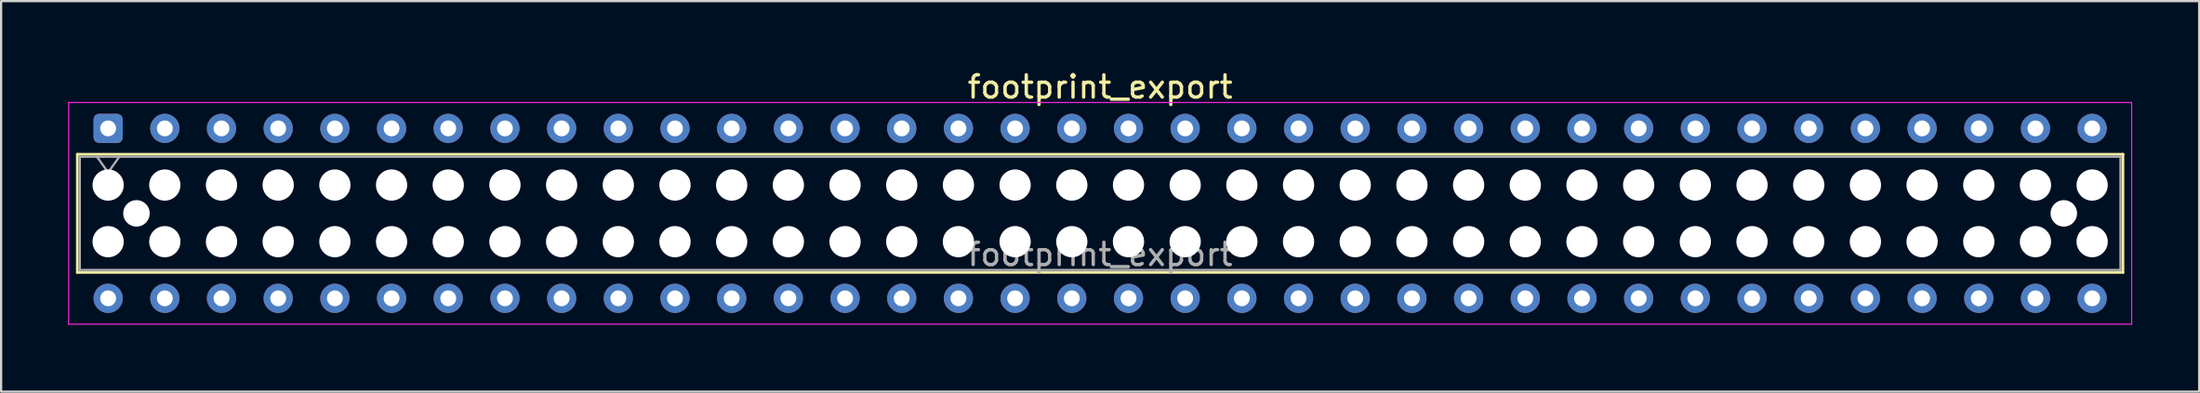
<source format=kicad_pcb>
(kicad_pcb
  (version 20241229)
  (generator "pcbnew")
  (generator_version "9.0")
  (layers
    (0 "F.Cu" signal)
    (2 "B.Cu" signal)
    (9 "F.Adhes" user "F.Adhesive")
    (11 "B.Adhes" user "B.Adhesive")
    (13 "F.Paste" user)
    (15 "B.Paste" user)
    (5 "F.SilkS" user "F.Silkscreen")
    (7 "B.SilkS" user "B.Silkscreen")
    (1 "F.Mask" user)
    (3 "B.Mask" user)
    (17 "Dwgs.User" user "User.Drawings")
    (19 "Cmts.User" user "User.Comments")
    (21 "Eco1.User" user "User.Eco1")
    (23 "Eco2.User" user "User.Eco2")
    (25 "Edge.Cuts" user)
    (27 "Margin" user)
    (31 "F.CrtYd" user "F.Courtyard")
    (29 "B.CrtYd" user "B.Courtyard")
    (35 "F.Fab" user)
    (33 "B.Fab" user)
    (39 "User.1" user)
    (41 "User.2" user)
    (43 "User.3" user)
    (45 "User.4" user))
  (footprint "footprint_export"
    (layer "F.Cu")
    (at 1.795 2.708)
    (property "Reference" "footprint_export" (at 44.45 -1.86 0) (layer "F.SilkS") (effects (font (size 1 1) (thickness 0.15))))
    (attr through_hole)
    (fp_line (start -1.38 1.16) (end 90.28 1.16) (stroke (width 0.12) (type solid)) (layer "F.SilkS"))
    (fp_line (start -1.38 6.46) (end -1.38 1.16) (stroke (width 0.12) (type solid)) (layer "F.SilkS"))
    (fp_line (start 90.28 1.16) (end 90.28 6.46) (stroke (width 0.12) (type solid)) (layer "F.SilkS"))
    (fp_line (start 90.28 6.46) (end -1.38 6.46) (stroke (width 0.12) (type solid)) (layer "F.SilkS"))
    (fp_line (start -1.77 -1.16) (end 90.67 -1.16) (stroke (width 0.05) (type solid)) (layer "F.CrtYd"))
    (fp_line (start -1.77 8.78) (end -1.77 -1.16) (stroke (width 0.05) (type solid)) (layer "F.CrtYd"))
    (fp_line (start 90.67 -1.16) (end 90.67 8.78) (stroke (width 0.05) (type solid)) (layer "F.CrtYd"))
    (fp_line (start 90.67 8.78) (end -1.77 8.78) (stroke (width 0.05) (type solid)) (layer "F.CrtYd"))
    (fp_line (start -1.27 1.27) (end 90.17 1.27) (stroke (width 0.1) (type solid)) (layer "F.Fab"))
    (fp_line (start -1.27 6.35) (end -1.27 1.27) (stroke (width 0.1) (type solid)) (layer "F.Fab"))
    (fp_line (start -0.5 1.27) (end 0 1.977) (stroke (width 0.1) (type solid)) (layer "F.Fab"))
    (fp_line (start 0 1.977) (end 0.5 1.27) (stroke (width 0.1) (type solid)) (layer "F.Fab"))
    (fp_line (start 90.17 1.27) (end 90.17 6.35) (stroke (width 0.1) (type solid)) (layer "F.Fab"))
    (fp_line (start 90.17 6.35) (end -1.27 6.35) (stroke (width 0.1) (type solid)) (layer "F.Fab"))
    (fp_text user "${REFERENCE}" (at 44.45 5.65 0) (layer "F.Fab") (effects (font (size 1 1) (thickness 0.15))))
    (pad "" np_thru_hole circle (at 0 2.54) (size 1.4 1.4) (drill 1.4) (layers "*.Cu" "*.Mask"))
    (pad "" np_thru_hole circle (at 0 5.08) (size 1.4 1.4) (drill 1.4) (layers "*.Cu" "*.Mask"))
    (pad "" np_thru_hole circle (at 1.27 3.81) (size 1.19 1.19) (drill 1.19) (layers "*.Cu" "*.Mask"))
    (pad "" np_thru_hole circle (at 2.54 2.54) (size 1.4 1.4) (drill 1.4) (layers "*.Cu" "*.Mask"))
    (pad "" np_thru_hole circle (at 2.54 5.08) (size 1.4 1.4) (drill 1.4) (layers "*.Cu" "*.Mask"))
    (pad "" np_thru_hole circle (at 5.08 2.54) (size 1.4 1.4) (drill 1.4) (layers "*.Cu" "*.Mask"))
    (pad "" np_thru_hole circle (at 5.08 5.08) (size 1.4 1.4) (drill 1.4) (layers "*.Cu" "*.Mask"))
    (pad "" np_thru_hole circle (at 7.62 2.54) (size 1.4 1.4) (drill 1.4) (layers "*.Cu" "*.Mask"))
    (pad "" np_thru_hole circle (at 7.62 5.08) (size 1.4 1.4) (drill 1.4) (layers "*.Cu" "*.Mask"))
    (pad "" np_thru_hole circle (at 10.16 2.54) (size 1.4 1.4) (drill 1.4) (layers "*.Cu" "*.Mask"))
    (pad "" np_thru_hole circle (at 10.16 5.08) (size 1.4 1.4) (drill 1.4) (layers "*.Cu" "*.Mask"))
    (pad "" np_thru_hole circle (at 12.7 2.54) (size 1.4 1.4) (drill 1.4) (layers "*.Cu" "*.Mask"))
    (pad "" np_thru_hole circle (at 12.7 5.08) (size 1.4 1.4) (drill 1.4) (layers "*.Cu" "*.Mask"))
    (pad "" np_thru_hole circle (at 15.24 2.54) (size 1.4 1.4) (drill 1.4) (layers "*.Cu" "*.Mask"))
    (pad "" np_thru_hole circle (at 15.24 5.08) (size 1.4 1.4) (drill 1.4) (layers "*.Cu" "*.Mask"))
    (pad "" np_thru_hole circle (at 17.78 2.54) (size 1.4 1.4) (drill 1.4) (layers "*.Cu" "*.Mask"))
    (pad "" np_thru_hole circle (at 17.78 5.08) (size 1.4 1.4) (drill 1.4) (layers "*.Cu" "*.Mask"))
    (pad "" np_thru_hole circle (at 20.32 2.54) (size 1.4 1.4) (drill 1.4) (layers "*.Cu" "*.Mask"))
    (pad "" np_thru_hole circle (at 20.32 5.08) (size 1.4 1.4) (drill 1.4) (layers "*.Cu" "*.Mask"))
    (pad "" np_thru_hole circle (at 22.86 2.54) (size 1.4 1.4) (drill 1.4) (layers "*.Cu" "*.Mask"))
    (pad "" np_thru_hole circle (at 22.86 5.08) (size 1.4 1.4) (drill 1.4) (layers "*.Cu" "*.Mask"))
    (pad "" np_thru_hole circle (at 25.4 2.54) (size 1.4 1.4) (drill 1.4) (layers "*.Cu" "*.Mask"))
    (pad "" np_thru_hole circle (at 25.4 5.08) (size 1.4 1.4) (drill 1.4) (layers "*.Cu" "*.Mask"))
    (pad "" np_thru_hole circle (at 27.94 2.54) (size 1.4 1.4) (drill 1.4) (layers "*.Cu" "*.Mask"))
    (pad "" np_thru_hole circle (at 27.94 5.08) (size 1.4 1.4) (drill 1.4) (layers "*.Cu" "*.Mask"))
    (pad "" np_thru_hole circle (at 30.48 2.54) (size 1.4 1.4) (drill 1.4) (layers "*.Cu" "*.Mask"))
    (pad "" np_thru_hole circle (at 30.48 5.08) (size 1.4 1.4) (drill 1.4) (layers "*.Cu" "*.Mask"))
    (pad "" np_thru_hole circle (at 33.02 2.54) (size 1.4 1.4) (drill 1.4) (layers "*.Cu" "*.Mask"))
    (pad "" np_thru_hole circle (at 33.02 5.08) (size 1.4 1.4) (drill 1.4) (layers "*.Cu" "*.Mask"))
    (pad "" np_thru_hole circle (at 35.56 2.54) (size 1.4 1.4) (drill 1.4) (layers "*.Cu" "*.Mask"))
    (pad "" np_thru_hole circle (at 35.56 5.08) (size 1.4 1.4) (drill 1.4) (layers "*.Cu" "*.Mask"))
    (pad "" np_thru_hole circle (at 38.1 2.54) (size 1.4 1.4) (drill 1.4) (layers "*.Cu" "*.Mask"))
    (pad "" np_thru_hole circle (at 38.1 5.08) (size 1.4 1.4) (drill 1.4) (layers "*.Cu" "*.Mask"))
    (pad "" np_thru_hole circle (at 40.64 2.54) (size 1.4 1.4) (drill 1.4) (layers "*.Cu" "*.Mask"))
    (pad "" np_thru_hole circle (at 40.64 5.08) (size 1.4 1.4) (drill 1.4) (layers "*.Cu" "*.Mask"))
    (pad "" np_thru_hole circle (at 43.18 2.54) (size 1.4 1.4) (drill 1.4) (layers "*.Cu" "*.Mask"))
    (pad "" np_thru_hole circle (at 43.18 5.08) (size 1.4 1.4) (drill 1.4) (layers "*.Cu" "*.Mask"))
    (pad "" np_thru_hole circle (at 45.72 2.54) (size 1.4 1.4) (drill 1.4) (layers "*.Cu" "*.Mask"))
    (pad "" np_thru_hole circle (at 45.72 5.08) (size 1.4 1.4) (drill 1.4) (layers "*.Cu" "*.Mask"))
    (pad "" np_thru_hole circle (at 48.26 2.54) (size 1.4 1.4) (drill 1.4) (layers "*.Cu" "*.Mask"))
    (pad "" np_thru_hole circle (at 48.26 5.08) (size 1.4 1.4) (drill 1.4) (layers "*.Cu" "*.Mask"))
    (pad "" np_thru_hole circle (at 50.8 2.54) (size 1.4 1.4) (drill 1.4) (layers "*.Cu" "*.Mask"))
    (pad "" np_thru_hole circle (at 50.8 5.08) (size 1.4 1.4) (drill 1.4) (layers "*.Cu" "*.Mask"))
    (pad "" np_thru_hole circle (at 53.34 2.54) (size 1.4 1.4) (drill 1.4) (layers "*.Cu" "*.Mask"))
    (pad "" np_thru_hole circle (at 53.34 5.08) (size 1.4 1.4) (drill 1.4) (layers "*.Cu" "*.Mask"))
    (pad "" np_thru_hole circle (at 55.88 2.54) (size 1.4 1.4) (drill 1.4) (layers "*.Cu" "*.Mask"))
    (pad "" np_thru_hole circle (at 55.88 5.08) (size 1.4 1.4) (drill 1.4) (layers "*.Cu" "*.Mask"))
    (pad "" np_thru_hole circle (at 58.42 2.54) (size 1.4 1.4) (drill 1.4) (layers "*.Cu" "*.Mask"))
    (pad "" np_thru_hole circle (at 58.42 5.08) (size 1.4 1.4) (drill 1.4) (layers "*.Cu" "*.Mask"))
    (pad "" np_thru_hole circle (at 60.96 2.54) (size 1.4 1.4) (drill 1.4) (layers "*.Cu" "*.Mask"))
    (pad "" np_thru_hole circle (at 60.96 5.08) (size 1.4 1.4) (drill 1.4) (layers "*.Cu" "*.Mask"))
    (pad "" np_thru_hole circle (at 63.5 2.54) (size 1.4 1.4) (drill 1.4) (layers "*.Cu" "*.Mask"))
    (pad "" np_thru_hole circle (at 63.5 5.08) (size 1.4 1.4) (drill 1.4) (layers "*.Cu" "*.Mask"))
    (pad "" np_thru_hole circle (at 66.04 2.54) (size 1.4 1.4) (drill 1.4) (layers "*.Cu" "*.Mask"))
    (pad "" np_thru_hole circle (at 66.04 5.08) (size 1.4 1.4) (drill 1.4) (layers "*.Cu" "*.Mask"))
    (pad "" np_thru_hole circle (at 68.58 2.54) (size 1.4 1.4) (drill 1.4) (layers "*.Cu" "*.Mask"))
    (pad "" np_thru_hole circle (at 68.58 5.08) (size 1.4 1.4) (drill 1.4) (layers "*.Cu" "*.Mask"))
    (pad "" np_thru_hole circle (at 71.12 2.54) (size 1.4 1.4) (drill 1.4) (layers "*.Cu" "*.Mask"))
    (pad "" np_thru_hole circle (at 71.12 5.08) (size 1.4 1.4) (drill 1.4) (layers "*.Cu" "*.Mask"))
    (pad "" np_thru_hole circle (at 73.66 2.54) (size 1.4 1.4) (drill 1.4) (layers "*.Cu" "*.Mask"))
    (pad "" np_thru_hole circle (at 73.66 5.08) (size 1.4 1.4) (drill 1.4) (layers "*.Cu" "*.Mask"))
    (pad "" np_thru_hole circle (at 76.2 2.54) (size 1.4 1.4) (drill 1.4) (layers "*.Cu" "*.Mask"))
    (pad "" np_thru_hole circle (at 76.2 5.08) (size 1.4 1.4) (drill 1.4) (layers "*.Cu" "*.Mask"))
    (pad "" np_thru_hole circle (at 78.74 2.54) (size 1.4 1.4) (drill 1.4) (layers "*.Cu" "*.Mask"))
    (pad "" np_thru_hole circle (at 78.74 5.08) (size 1.4 1.4) (drill 1.4) (layers "*.Cu" "*.Mask"))
    (pad "" np_thru_hole circle (at 81.28 2.54) (size 1.4 1.4) (drill 1.4) (layers "*.Cu" "*.Mask"))
    (pad "" np_thru_hole circle (at 81.28 5.08) (size 1.4 1.4) (drill 1.4) (layers "*.Cu" "*.Mask"))
    (pad "" np_thru_hole circle (at 83.82 2.54) (size 1.4 1.4) (drill 1.4) (layers "*.Cu" "*.Mask"))
    (pad "" np_thru_hole circle (at 83.82 5.08) (size 1.4 1.4) (drill 1.4) (layers "*.Cu" "*.Mask"))
    (pad "" np_thru_hole circle (at 86.36 2.54) (size 1.4 1.4) (drill 1.4) (layers "*.Cu" "*.Mask"))
    (pad "" np_thru_hole circle (at 86.36 5.08) (size 1.4 1.4) (drill 1.4) (layers "*.Cu" "*.Mask"))
    (pad "" np_thru_hole circle (at 87.63 3.81) (size 1.19 1.19) (drill 1.19) (layers "*.Cu" "*.Mask"))
    (pad "" np_thru_hole circle (at 88.9 2.54) (size 1.4 1.4) (drill 1.4) (layers "*.Cu" "*.Mask"))
    (pad "" np_thru_hole circle (at 88.9 5.08) (size 1.4 1.4) (drill 1.4) (layers "*.Cu" "*.Mask"))
    (pad "1" thru_hole roundrect (at 0 0) (size 1.31 1.31) (drill 0.71) (layers "*.Cu" "*.Mask") (roundrect_rratio 0.191))
    (pad "2" thru_hole circle (at 0 7.62) (size 1.31 1.31) (drill 0.71) (layers "*.Cu" "*.Mask"))
    (pad "3" thru_hole circle (at 2.54 0) (size 1.31 1.31) (drill 0.71) (layers "*.Cu" "*.Mask"))
    (pad "4" thru_hole circle (at 2.54 7.62) (size 1.31 1.31) (drill 0.71) (layers "*.Cu" "*.Mask"))
    (pad "5" thru_hole circle (at 5.08 0) (size 1.31 1.31) (drill 0.71) (layers "*.Cu" "*.Mask"))
    (pad "6" thru_hole circle (at 5.08 7.62) (size 1.31 1.31) (drill 0.71) (layers "*.Cu" "*.Mask"))
    (pad "7" thru_hole circle (at 7.62 0) (size 1.31 1.31) (drill 0.71) (layers "*.Cu" "*.Mask"))
    (pad "8" thru_hole circle (at 7.62 7.62) (size 1.31 1.31) (drill 0.71) (layers "*.Cu" "*.Mask"))
    (pad "9" thru_hole circle (at 10.16 0) (size 1.31 1.31) (drill 0.71) (layers "*.Cu" "*.Mask"))
    (pad "10" thru_hole circle (at 10.16 7.62) (size 1.31 1.31) (drill 0.71) (layers "*.Cu" "*.Mask"))
    (pad "11" thru_hole circle (at 12.7 0) (size 1.31 1.31) (drill 0.71) (layers "*.Cu" "*.Mask"))
    (pad "12" thru_hole circle (at 12.7 7.62) (size 1.31 1.31) (drill 0.71) (layers "*.Cu" "*.Mask"))
    (pad "13" thru_hole circle (at 15.24 0) (size 1.31 1.31) (drill 0.71) (layers "*.Cu" "*.Mask"))
    (pad "14" thru_hole circle (at 15.24 7.62) (size 1.31 1.31) (drill 0.71) (layers "*.Cu" "*.Mask"))
    (pad "15" thru_hole circle (at 17.78 0) (size 1.31 1.31) (drill 0.71) (layers "*.Cu" "*.Mask"))
    (pad "16" thru_hole circle (at 17.78 7.62) (size 1.31 1.31) (drill 0.71) (layers "*.Cu" "*.Mask"))
    (pad "17" thru_hole circle (at 20.32 0) (size 1.31 1.31) (drill 0.71) (layers "*.Cu" "*.Mask"))
    (pad "18" thru_hole circle (at 20.32 7.62) (size 1.31 1.31) (drill 0.71) (layers "*.Cu" "*.Mask"))
    (pad "19" thru_hole circle (at 22.86 0) (size 1.31 1.31) (drill 0.71) (layers "*.Cu" "*.Mask"))
    (pad "20" thru_hole circle (at 22.86 7.62) (size 1.31 1.31) (drill 0.71) (layers "*.Cu" "*.Mask"))
    (pad "21" thru_hole circle (at 25.4 0) (size 1.31 1.31) (drill 0.71) (layers "*.Cu" "*.Mask"))
    (pad "22" thru_hole circle (at 25.4 7.62) (size 1.31 1.31) (drill 0.71) (layers "*.Cu" "*.Mask"))
    (pad "23" thru_hole circle (at 27.94 0) (size 1.31 1.31) (drill 0.71) (layers "*.Cu" "*.Mask"))
    (pad "24" thru_hole circle (at 27.94 7.62) (size 1.31 1.31) (drill 0.71) (layers "*.Cu" "*.Mask"))
    (pad "25" thru_hole circle (at 30.48 0) (size 1.31 1.31) (drill 0.71) (layers "*.Cu" "*.Mask"))
    (pad "26" thru_hole circle (at 30.48 7.62) (size 1.31 1.31) (drill 0.71) (layers "*.Cu" "*.Mask"))
    (pad "27" thru_hole circle (at 33.02 0) (size 1.31 1.31) (drill 0.71) (layers "*.Cu" "*.Mask"))
    (pad "28" thru_hole circle (at 33.02 7.62) (size 1.31 1.31) (drill 0.71) (layers "*.Cu" "*.Mask"))
    (pad "29" thru_hole circle (at 35.56 0) (size 1.31 1.31) (drill 0.71) (layers "*.Cu" "*.Mask"))
    (pad "30" thru_hole circle (at 35.56 7.62) (size 1.31 1.31) (drill 0.71) (layers "*.Cu" "*.Mask"))
    (pad "31" thru_hole circle (at 38.1 0) (size 1.31 1.31) (drill 0.71) (layers "*.Cu" "*.Mask"))
    (pad "32" thru_hole circle (at 38.1 7.62) (size 1.31 1.31) (drill 0.71) (layers "*.Cu" "*.Mask"))
    (pad "33" thru_hole circle (at 40.64 0) (size 1.31 1.31) (drill 0.71) (layers "*.Cu" "*.Mask"))
    (pad "34" thru_hole circle (at 40.64 7.62) (size 1.31 1.31) (drill 0.71) (layers "*.Cu" "*.Mask"))
    (pad "35" thru_hole circle (at 43.18 0) (size 1.31 1.31) (drill 0.71) (layers "*.Cu" "*.Mask"))
    (pad "36" thru_hole circle (at 43.18 7.62) (size 1.31 1.31) (drill 0.71) (layers "*.Cu" "*.Mask"))
    (pad "37" thru_hole circle (at 45.72 0) (size 1.31 1.31) (drill 0.71) (layers "*.Cu" "*.Mask"))
    (pad "38" thru_hole circle (at 45.72 7.62) (size 1.31 1.31) (drill 0.71) (layers "*.Cu" "*.Mask"))
    (pad "39" thru_hole circle (at 48.26 0) (size 1.31 1.31) (drill 0.71) (layers "*.Cu" "*.Mask"))
    (pad "40" thru_hole circle (at 48.26 7.62) (size 1.31 1.31) (drill 0.71) (layers "*.Cu" "*.Mask"))
    (pad "41" thru_hole circle (at 50.8 0) (size 1.31 1.31) (drill 0.71) (layers "*.Cu" "*.Mask"))
    (pad "42" thru_hole circle (at 50.8 7.62) (size 1.31 1.31) (drill 0.71) (layers "*.Cu" "*.Mask"))
    (pad "43" thru_hole circle (at 53.34 0) (size 1.31 1.31) (drill 0.71) (layers "*.Cu" "*.Mask"))
    (pad "44" thru_hole circle (at 53.34 7.62) (size 1.31 1.31) (drill 0.71) (layers "*.Cu" "*.Mask"))
    (pad "45" thru_hole circle (at 55.88 0) (size 1.31 1.31) (drill 0.71) (layers "*.Cu" "*.Mask"))
    (pad "46" thru_hole circle (at 55.88 7.62) (size 1.31 1.31) (drill 0.71) (layers "*.Cu" "*.Mask"))
    (pad "47" thru_hole circle (at 58.42 0) (size 1.31 1.31) (drill 0.71) (layers "*.Cu" "*.Mask"))
    (pad "48" thru_hole circle (at 58.42 7.62) (size 1.31 1.31) (drill 0.71) (layers "*.Cu" "*.Mask"))
    (pad "49" thru_hole circle (at 60.96 0) (size 1.31 1.31) (drill 0.71) (layers "*.Cu" "*.Mask"))
    (pad "50" thru_hole circle (at 60.96 7.62) (size 1.31 1.31) (drill 0.71) (layers "*.Cu" "*.Mask"))
    (pad "51" thru_hole circle (at 63.5 0) (size 1.31 1.31) (drill 0.71) (layers "*.Cu" "*.Mask"))
    (pad "52" thru_hole circle (at 63.5 7.62) (size 1.31 1.31) (drill 0.71) (layers "*.Cu" "*.Mask"))
    (pad "53" thru_hole circle (at 66.04 0) (size 1.31 1.31) (drill 0.71) (layers "*.Cu" "*.Mask"))
    (pad "54" thru_hole circle (at 66.04 7.62) (size 1.31 1.31) (drill 0.71) (layers "*.Cu" "*.Mask"))
    (pad "55" thru_hole circle (at 68.58 0) (size 1.31 1.31) (drill 0.71) (layers "*.Cu" "*.Mask"))
    (pad "56" thru_hole circle (at 68.58 7.62) (size 1.31 1.31) (drill 0.71) (layers "*.Cu" "*.Mask"))
    (pad "57" thru_hole circle (at 71.12 0) (size 1.31 1.31) (drill 0.71) (layers "*.Cu" "*.Mask"))
    (pad "58" thru_hole circle (at 71.12 7.62) (size 1.31 1.31) (drill 0.71) (layers "*.Cu" "*.Mask"))
    (pad "59" thru_hole circle (at 73.66 0) (size 1.31 1.31) (drill 0.71) (layers "*.Cu" "*.Mask"))
    (pad "60" thru_hole circle (at 73.66 7.62) (size 1.31 1.31) (drill 0.71) (layers "*.Cu" "*.Mask"))
    (pad "61" thru_hole circle (at 76.2 0) (size 1.31 1.31) (drill 0.71) (layers "*.Cu" "*.Mask"))
    (pad "62" thru_hole circle (at 76.2 7.62) (size 1.31 1.31) (drill 0.71) (layers "*.Cu" "*.Mask"))
    (pad "63" thru_hole circle (at 78.74 0) (size 1.31 1.31) (drill 0.71) (layers "*.Cu" "*.Mask"))
    (pad "64" thru_hole circle (at 78.74 7.62) (size 1.31 1.31) (drill 0.71) (layers "*.Cu" "*.Mask"))
    (pad "65" thru_hole circle (at 81.28 0) (size 1.31 1.31) (drill 0.71) (layers "*.Cu" "*.Mask"))
    (pad "66" thru_hole circle (at 81.28 7.62) (size 1.31 1.31) (drill 0.71) (layers "*.Cu" "*.Mask"))
    (pad "67" thru_hole circle (at 83.82 0) (size 1.31 1.31) (drill 0.71) (layers "*.Cu" "*.Mask"))
    (pad "68" thru_hole circle (at 83.82 7.62) (size 1.31 1.31) (drill 0.71) (layers "*.Cu" "*.Mask"))
    (pad "69" thru_hole circle (at 86.36 0) (size 1.31 1.31) (drill 0.71) (layers "*.Cu" "*.Mask"))
    (pad "70" thru_hole circle (at 86.36 7.62) (size 1.31 1.31) (drill 0.71) (layers "*.Cu" "*.Mask"))
    (pad "71" thru_hole circle (at 88.9 0) (size 1.31 1.31) (drill 0.71) (layers "*.Cu" "*.Mask"))
    (pad "72" thru_hole circle (at 88.9 7.62) (size 1.31 1.31) (drill 0.71) (layers "*.Cu" "*.Mask")))
  (gr_rect
    (start -3 -3)
    (end 95.49 14.513)
    (stroke (width 0.1) (type default))
    (fill no)
    (layer "Edge.Cuts")))
</source>
